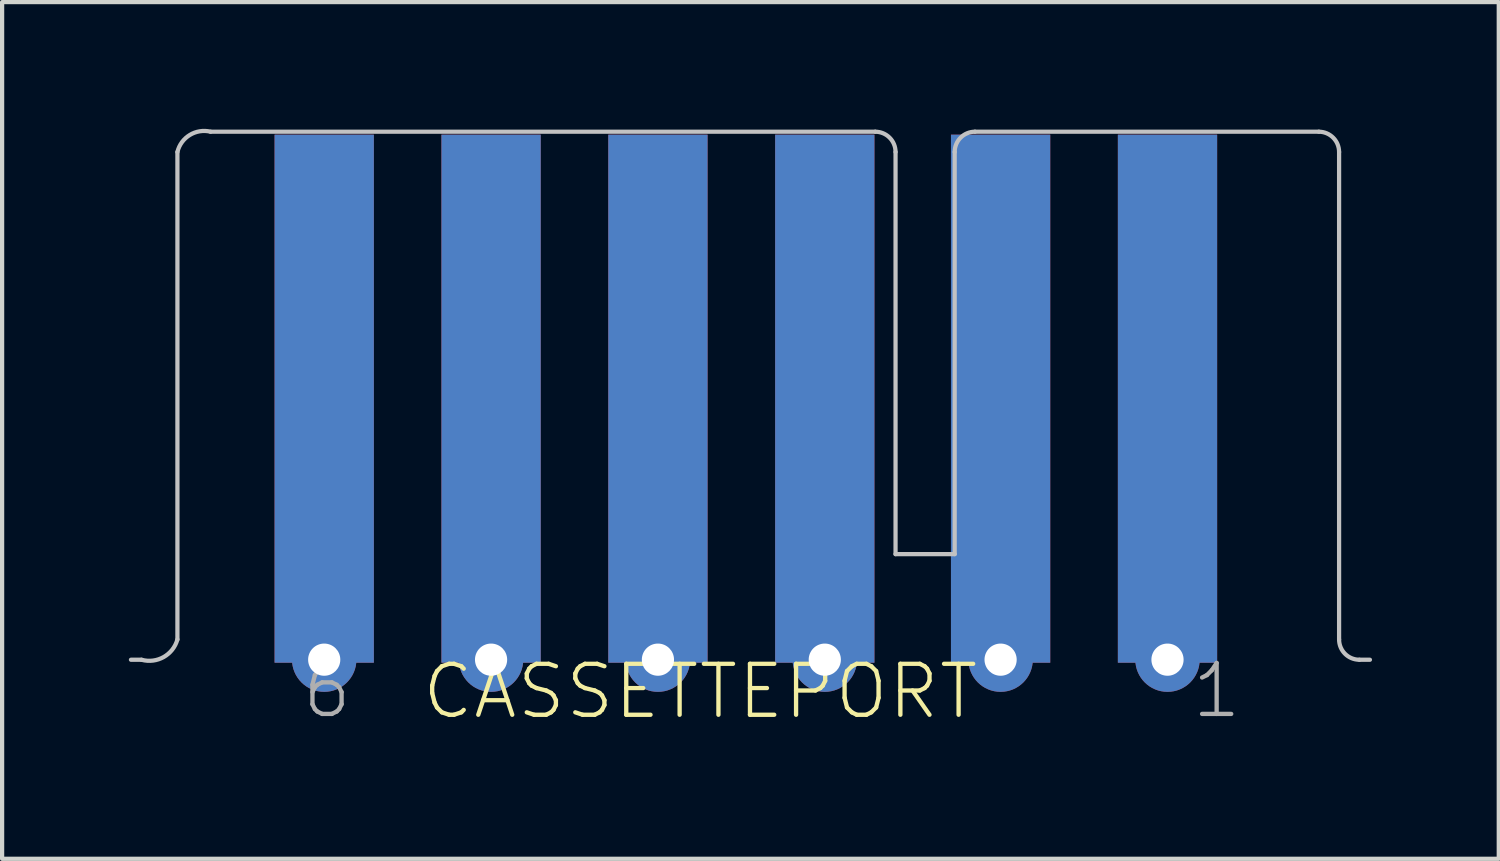
<source format=kicad_pcb>
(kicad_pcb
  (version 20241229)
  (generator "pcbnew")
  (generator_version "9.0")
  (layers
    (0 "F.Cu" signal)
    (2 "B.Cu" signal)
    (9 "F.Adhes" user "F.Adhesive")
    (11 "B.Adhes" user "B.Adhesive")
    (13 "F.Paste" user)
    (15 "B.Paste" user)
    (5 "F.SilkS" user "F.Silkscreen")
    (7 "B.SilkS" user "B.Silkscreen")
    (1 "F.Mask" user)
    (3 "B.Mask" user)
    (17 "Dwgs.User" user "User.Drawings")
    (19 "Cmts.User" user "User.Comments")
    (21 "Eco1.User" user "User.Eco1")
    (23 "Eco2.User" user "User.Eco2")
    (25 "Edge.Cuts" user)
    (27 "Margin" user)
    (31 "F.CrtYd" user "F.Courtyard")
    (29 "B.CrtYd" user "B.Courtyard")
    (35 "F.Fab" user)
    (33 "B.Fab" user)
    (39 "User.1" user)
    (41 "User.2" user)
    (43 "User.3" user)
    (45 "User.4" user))
  (footprint "CASSETTEPORT"
    (layer "F.Cu")
    (at 15.35 7.588)
    (property "Reference" "CASSETTEPORT" (at -8.466 6.435 0) (layer "F.SilkS") (effects (font (size 1.206 1.206) (thickness 0.102)) (justify left bottom)))
    (attr through_hole)
    (fp_line (start -15.3 4.98) (end -15.05 4.98) (stroke (width 0.1) (type solid)) (layer "Dwgs.User"))
    (fp_line (start -14.2 4.5) (end -14.2 -7.04) (stroke (width 0.1) (type solid)) (layer "Dwgs.User"))
    (fp_line (start -13.415 -7.52) (end 2.32 -7.52) (stroke (width 0.1) (type solid)) (layer "Dwgs.User"))
    (fp_line (start 2.8 -7.04) (end 2.8 2.48) (stroke (width 0.1) (type solid)) (layer "Dwgs.User"))
    (fp_line (start 4.2 -7.04) (end 4.2 2.48) (stroke (width 0.1) (type solid)) (layer "Dwgs.User"))
    (fp_line (start 4.2 2.48) (end 2.8 2.48) (stroke (width 0.1) (type solid)) (layer "Dwgs.User"))
    (fp_line (start 12.82 -7.52) (end 4.68 -7.52) (stroke (width 0.1) (type solid)) (layer "Dwgs.User"))
    (fp_line (start 13.3 4.5) (end 13.3 -7.04) (stroke (width 0.1) (type solid)) (layer "Dwgs.User"))
    (fp_line (start 14.03 4.98) (end 13.78 4.98) (stroke (width 0.1) (type solid)) (layer "Dwgs.User"))
    (fp_arc (start -14.2 -7.04) (mid -13.906911 -7.442579) (end -13.415 -7.52) (stroke (width 0.1) (type solid)) (layer "Dwgs.User"))
    (fp_arc (start -14.2 4.5) (mid -14.525589 4.916041) (end -15.05 4.98) (stroke (width 0.1) (type solid)) (layer "Dwgs.User"))
    (fp_arc (start 2.32 -7.52) (mid 2.659411 -7.379411) (end 2.8 -7.04) (stroke (width 0.1) (type solid)) (layer "Dwgs.User"))
    (fp_arc (start 4.2 -7.04) (mid 4.340589 -7.379411) (end 4.68 -7.52) (stroke (width 0.1) (type solid)) (layer "Dwgs.User"))
    (fp_arc (start 12.82 -7.52) (mid 13.159411 -7.379411) (end 13.3 -7.04) (stroke (width 0.1) (type solid)) (layer "Dwgs.User"))
    (fp_arc (start 13.78 4.98) (mid 13.440589 4.839411) (end 13.3 4.5) (stroke (width 0.1) (type solid)) (layer "Dwgs.User"))
    (fp_text user "6" (at -11.3 6.415 0) (layer "F.Fab") (effects (font (size 1.206 1.206) (thickness 0.102)) (justify left bottom)))
    (fp_text user "1" (at 9.76 6.415 0) (layer "F.Fab") (effects (font (size 1.206 1.206) (thickness 0.102)) (justify left bottom)))
    (pad "1" smd rect (at 9.238 -1.2 180) (size 2.35 12.5) (layers "F.Cu" "F.Mask" "F.Paste"))
    (pad "1" thru_hole circle (at 9.238 4.978) (size 1.524 1.524) (drill 0.762) (layers "*.Cu" "*.Mask"))
    (pad "2" smd rect (at 5.287 -1.2 180) (size 2.35 12.5) (layers "F.Cu" "F.Mask" "F.Paste"))
    (pad "2" thru_hole circle (at 5.287 4.978) (size 1.524 1.524) (drill 0.762) (layers "*.Cu" "*.Mask"))
    (pad "3" smd rect (at 1.125 -1.2 180) (size 2.35 12.5) (layers "F.Cu" "F.Mask" "F.Paste"))
    (pad "3" thru_hole circle (at 1.125 4.978) (size 1.524 1.524) (drill 0.762) (layers "*.Cu" "*.Mask"))
    (pad "4" smd rect (at -2.825 -1.2 180) (size 2.35 12.5) (layers "F.Cu" "F.Mask" "F.Paste"))
    (pad "4" thru_hole circle (at -2.825 4.978) (size 1.524 1.524) (drill 0.762) (layers "*.Cu" "*.Mask"))
    (pad "5" smd rect (at -6.775 -1.2 180) (size 2.35 12.5) (layers "F.Cu" "F.Mask" "F.Paste"))
    (pad "5" thru_hole circle (at -6.775 4.978) (size 1.524 1.524) (drill 0.762) (layers "*.Cu" "*.Mask"))
    (pad "6" smd rect (at -10.725 -1.2 180) (size 2.35 12.5) (layers "F.Cu" "F.Mask" "F.Paste"))
    (pad "6" thru_hole circle (at -10.725 4.978) (size 1.524 1.524) (drill 0.762) (layers "*.Cu" "*.Mask"))
    (pad "A" smd rect (at 9.238 -1.2 180) (size 2.35 12.5) (layers "F.Mask" "B.Cu" "F.Paste"))
    (pad "B" smd rect (at 5.287 -1.2 180) (size 2.35 12.5) (layers "F.Mask" "B.Cu" "F.Paste"))
    (pad "C" smd rect (at 1.125 -1.2 180) (size 2.35 12.5) (layers "F.Mask" "B.Cu" "F.Paste"))
    (pad "D" smd rect (at -2.825 -1.2 180) (size 2.35 12.5) (layers "F.Mask" "B.Cu" "F.Paste"))
    (pad "E" smd rect (at -6.775 -1.2 180) (size 2.35 12.5) (layers "F.Mask" "B.Cu" "F.Paste"))
    (pad "F" smd rect (at -10.725 -1.2 180) (size 2.35 12.5) (layers "F.Mask" "B.Cu" "F.Paste")))
  (gr_rect
    (start -3 -3)
    (end 32.43 17.28)
    (stroke (width 0.1) (type default))
    (fill no)
    (layer "Edge.Cuts")))
</source>
